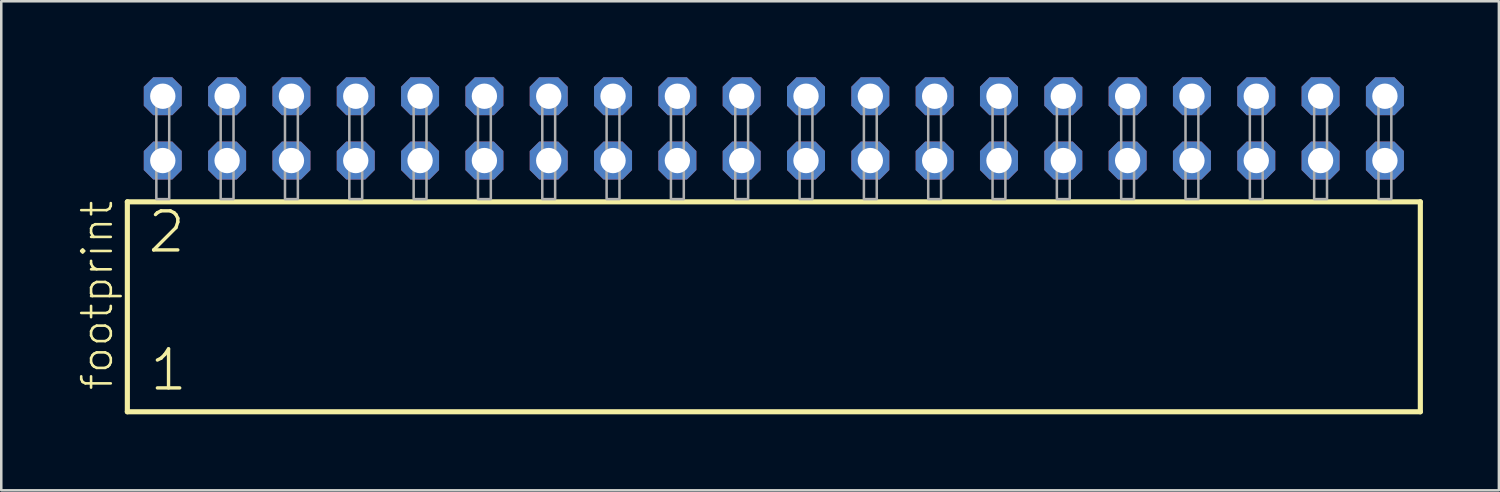
<source format=kicad_pcb>
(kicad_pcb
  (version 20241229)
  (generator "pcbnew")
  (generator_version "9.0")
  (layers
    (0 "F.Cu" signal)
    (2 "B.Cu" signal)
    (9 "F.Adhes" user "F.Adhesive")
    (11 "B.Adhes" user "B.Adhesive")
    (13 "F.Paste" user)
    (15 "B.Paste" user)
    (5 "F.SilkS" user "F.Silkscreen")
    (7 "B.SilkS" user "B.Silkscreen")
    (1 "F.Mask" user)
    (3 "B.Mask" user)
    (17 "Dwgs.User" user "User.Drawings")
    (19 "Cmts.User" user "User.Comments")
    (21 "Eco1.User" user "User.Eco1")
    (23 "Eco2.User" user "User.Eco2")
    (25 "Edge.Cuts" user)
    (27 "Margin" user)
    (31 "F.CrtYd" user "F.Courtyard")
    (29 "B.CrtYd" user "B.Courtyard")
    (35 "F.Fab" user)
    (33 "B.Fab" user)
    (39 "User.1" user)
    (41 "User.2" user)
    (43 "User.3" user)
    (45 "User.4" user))
  (footprint "footprint"
    (layer "F.Cu")
    (at 27.508 4.814)
    (property "Reference" "footprint" (at -26.035 7.62 90) (layer "F.SilkS") (effects (font (size 1.168 1.168) (thickness 0.102)) (justify left bottom)))
    (fp_line (start -25.529 0.106) (end -25.529 8.396) (stroke (width 0.203) (type solid)) (layer "F.SilkS"))
    (fp_line (start -25.529 8.396) (end 25.529 8.396) (stroke (width 0.203) (type solid)) (layer "F.SilkS"))
    (fp_line (start 25.529 0.106) (end -25.529 0.106) (stroke (width 0.203) (type solid)) (layer "F.SilkS"))
    (fp_line (start 25.529 8.396) (end 25.529 0.106) (stroke (width 0.203) (type solid)) (layer "F.SilkS"))
    (fp_poly (pts (xy -24.384 0) (xy -23.876 0) (xy -23.876 -4.318) (xy -24.384 -4.318)) (stroke (width 0.1) (type solid)) (fill no) (layer "F.Fab"))
    (fp_poly (pts (xy -21.844 0) (xy -21.336 0) (xy -21.336 -4.318) (xy -21.844 -4.318)) (stroke (width 0.1) (type solid)) (fill no) (layer "F.Fab"))
    (fp_poly (pts (xy -19.304 0) (xy -18.796 0) (xy -18.796 -4.318) (xy -19.304 -4.318)) (stroke (width 0.1) (type solid)) (fill no) (layer "F.Fab"))
    (fp_poly (pts (xy -16.764 0) (xy -16.256 0) (xy -16.256 -4.318) (xy -16.764 -4.318)) (stroke (width 0.1) (type solid)) (fill no) (layer "F.Fab"))
    (fp_poly (pts (xy -14.224 0) (xy -13.716 0) (xy -13.716 -4.318) (xy -14.224 -4.318)) (stroke (width 0.1) (type solid)) (fill no) (layer "F.Fab"))
    (fp_poly (pts (xy -11.684 0) (xy -11.176 0) (xy -11.176 -4.318) (xy -11.684 -4.318)) (stroke (width 0.1) (type solid)) (fill no) (layer "F.Fab"))
    (fp_poly (pts (xy -9.144 0) (xy -8.636 0) (xy -8.636 -4.318) (xy -9.144 -4.318)) (stroke (width 0.1) (type solid)) (fill no) (layer "F.Fab"))
    (fp_poly (pts (xy -6.604 0) (xy -6.096 0) (xy -6.096 -4.318) (xy -6.604 -4.318)) (stroke (width 0.1) (type solid)) (fill no) (layer "F.Fab"))
    (fp_poly (pts (xy -4.064 0) (xy -3.556 0) (xy -3.556 -4.318) (xy -4.064 -4.318)) (stroke (width 0.1) (type solid)) (fill no) (layer "F.Fab"))
    (fp_poly (pts (xy -1.524 0) (xy -1.016 0) (xy -1.016 -4.318) (xy -1.524 -4.318)) (stroke (width 0.1) (type solid)) (fill no) (layer "F.Fab"))
    (fp_poly (pts (xy 1.016 0) (xy 1.524 0) (xy 1.524 -4.318) (xy 1.016 -4.318)) (stroke (width 0.1) (type solid)) (fill no) (layer "F.Fab"))
    (fp_poly (pts (xy 3.556 0) (xy 4.064 0) (xy 4.064 -4.318) (xy 3.556 -4.318)) (stroke (width 0.1) (type solid)) (fill no) (layer "F.Fab"))
    (fp_poly (pts (xy 6.096 0) (xy 6.604 0) (xy 6.604 -4.318) (xy 6.096 -4.318)) (stroke (width 0.1) (type solid)) (fill no) (layer "F.Fab"))
    (fp_poly (pts (xy 8.636 0) (xy 9.144 0) (xy 9.144 -4.318) (xy 8.636 -4.318)) (stroke (width 0.1) (type solid)) (fill no) (layer "F.Fab"))
    (fp_poly (pts (xy 11.176 0) (xy 11.684 0) (xy 11.684 -4.318) (xy 11.176 -4.318)) (stroke (width 0.1) (type solid)) (fill no) (layer "F.Fab"))
    (fp_poly (pts (xy 13.716 0) (xy 14.224 0) (xy 14.224 -4.318) (xy 13.716 -4.318)) (stroke (width 0.1) (type solid)) (fill no) (layer "F.Fab"))
    (fp_poly (pts (xy 16.256 0) (xy 16.764 0) (xy 16.764 -4.318) (xy 16.256 -4.318)) (stroke (width 0.1) (type solid)) (fill no) (layer "F.Fab"))
    (fp_poly (pts (xy 18.796 0) (xy 19.304 0) (xy 19.304 -4.318) (xy 18.796 -4.318)) (stroke (width 0.1) (type solid)) (fill no) (layer "F.Fab"))
    (fp_poly (pts (xy 21.336 0) (xy 21.844 0) (xy 21.844 -4.318) (xy 21.336 -4.318)) (stroke (width 0.1) (type solid)) (fill no) (layer "F.Fab"))
    (fp_poly (pts (xy 23.876 0) (xy 24.384 0) (xy 24.384 -4.318) (xy 23.876 -4.318)) (stroke (width 0.1) (type solid)) (fill no) (layer "F.Fab"))
    (fp_text user "2" (at -24.8 2.2 0) (layer "F.SilkS") (effects (font (size 1.542 1.542) (thickness 0.134)) (justify left bottom)))
    (fp_text user "1" (at -24.725 7.65 0) (layer "F.SilkS") (effects (font (size 1.542 1.542) (thickness 0.134)) (justify left bottom)))
    (pad "1" thru_hole roundrect (at -24.13 -1.524) (size 1.5 1.5) (drill 1) (layers "*.Cu" "*.Mask") (roundrect_rratio 0.25) (chamfer_ratio 0.25) (chamfer top_left top_right bottom_left bottom_right))
    (pad "2" thru_hole roundrect (at -24.13 -4.064) (size 1.5 1.5) (drill 1) (layers "*.Cu" "*.Mask") (roundrect_rratio 0.25) (chamfer_ratio 0.25) (chamfer top_left top_right bottom_left bottom_right))
    (pad "3" thru_hole roundrect (at -21.59 -1.524) (size 1.5 1.5) (drill 1) (layers "*.Cu" "*.Mask") (roundrect_rratio 0.25) (chamfer_ratio 0.25) (chamfer top_left top_right bottom_left bottom_right))
    (pad "4" thru_hole roundrect (at -21.59 -4.064) (size 1.5 1.5) (drill 1) (layers "*.Cu" "*.Mask") (roundrect_rratio 0.25) (chamfer_ratio 0.25) (chamfer top_left top_right bottom_left bottom_right))
    (pad "5" thru_hole roundrect (at -19.05 -1.524) (size 1.5 1.5) (drill 1) (layers "*.Cu" "*.Mask") (roundrect_rratio 0.25) (chamfer_ratio 0.25) (chamfer top_left top_right bottom_left bottom_right))
    (pad "6" thru_hole roundrect (at -19.05 -4.064) (size 1.5 1.5) (drill 1) (layers "*.Cu" "*.Mask") (roundrect_rratio 0.25) (chamfer_ratio 0.25) (chamfer top_left top_right bottom_left bottom_right))
    (pad "7" thru_hole roundrect (at -16.51 -1.524) (size 1.5 1.5) (drill 1) (layers "*.Cu" "*.Mask") (roundrect_rratio 0.25) (chamfer_ratio 0.25) (chamfer top_left top_right bottom_left bottom_right))
    (pad "8" thru_hole roundrect (at -16.51 -4.064) (size 1.5 1.5) (drill 1) (layers "*.Cu" "*.Mask") (roundrect_rratio 0.25) (chamfer_ratio 0.25) (chamfer top_left top_right bottom_left bottom_right))
    (pad "9" thru_hole roundrect (at -13.97 -1.524) (size 1.5 1.5) (drill 1) (layers "*.Cu" "*.Mask") (roundrect_rratio 0.25) (chamfer_ratio 0.25) (chamfer top_left top_right bottom_left bottom_right))
    (pad "10" thru_hole roundrect (at -13.97 -4.064) (size 1.5 1.5) (drill 1) (layers "*.Cu" "*.Mask") (roundrect_rratio 0.25) (chamfer_ratio 0.25) (chamfer top_left top_right bottom_left bottom_right))
    (pad "11" thru_hole roundrect (at -11.43 -1.524) (size 1.5 1.5) (drill 1) (layers "*.Cu" "*.Mask") (roundrect_rratio 0.25) (chamfer_ratio 0.25) (chamfer top_left top_right bottom_left bottom_right))
    (pad "12" thru_hole roundrect (at -11.43 -4.064) (size 1.5 1.5) (drill 1) (layers "*.Cu" "*.Mask") (roundrect_rratio 0.25) (chamfer_ratio 0.25) (chamfer top_left top_right bottom_left bottom_right))
    (pad "13" thru_hole roundrect (at -8.89 -1.524) (size 1.5 1.5) (drill 1) (layers "*.Cu" "*.Mask") (roundrect_rratio 0.25) (chamfer_ratio 0.25) (chamfer top_left top_right bottom_left bottom_right))
    (pad "14" thru_hole roundrect (at -8.89 -4.064) (size 1.5 1.5) (drill 1) (layers "*.Cu" "*.Mask") (roundrect_rratio 0.25) (chamfer_ratio 0.25) (chamfer top_left top_right bottom_left bottom_right))
    (pad "15" thru_hole roundrect (at -6.35 -1.524) (size 1.5 1.5) (drill 1) (layers "*.Cu" "*.Mask") (roundrect_rratio 0.25) (chamfer_ratio 0.25) (chamfer top_left top_right bottom_left bottom_right))
    (pad "16" thru_hole roundrect (at -6.35 -4.064) (size 1.5 1.5) (drill 1) (layers "*.Cu" "*.Mask") (roundrect_rratio 0.25) (chamfer_ratio 0.25) (chamfer top_left top_right bottom_left bottom_right))
    (pad "17" thru_hole roundrect (at -3.81 -1.524) (size 1.5 1.5) (drill 1) (layers "*.Cu" "*.Mask") (roundrect_rratio 0.25) (chamfer_ratio 0.25) (chamfer top_left top_right bottom_left bottom_right))
    (pad "18" thru_hole roundrect (at -3.81 -4.064) (size 1.5 1.5) (drill 1) (layers "*.Cu" "*.Mask") (roundrect_rratio 0.25) (chamfer_ratio 0.25) (chamfer top_left top_right bottom_left bottom_right))
    (pad "19" thru_hole roundrect (at -1.27 -1.524) (size 1.5 1.5) (drill 1) (layers "*.Cu" "*.Mask") (roundrect_rratio 0.25) (chamfer_ratio 0.25) (chamfer top_left top_right bottom_left bottom_right))
    (pad "20" thru_hole roundrect (at -1.27 -4.064) (size 1.5 1.5) (drill 1) (layers "*.Cu" "*.Mask") (roundrect_rratio 0.25) (chamfer_ratio 0.25) (chamfer top_left top_right bottom_left bottom_right))
    (pad "21" thru_hole roundrect (at 1.27 -1.524) (size 1.5 1.5) (drill 1) (layers "*.Cu" "*.Mask") (roundrect_rratio 0.25) (chamfer_ratio 0.25) (chamfer top_left top_right bottom_left bottom_right))
    (pad "22" thru_hole roundrect (at 1.27 -4.064) (size 1.5 1.5) (drill 1) (layers "*.Cu" "*.Mask") (roundrect_rratio 0.25) (chamfer_ratio 0.25) (chamfer top_left top_right bottom_left bottom_right))
    (pad "23" thru_hole roundrect (at 3.81 -1.524) (size 1.5 1.5) (drill 1) (layers "*.Cu" "*.Mask") (roundrect_rratio 0.25) (chamfer_ratio 0.25) (chamfer top_left top_right bottom_left bottom_right))
    (pad "24" thru_hole roundrect (at 3.81 -4.064) (size 1.5 1.5) (drill 1) (layers "*.Cu" "*.Mask") (roundrect_rratio 0.25) (chamfer_ratio 0.25) (chamfer top_left top_right bottom_left bottom_right))
    (pad "25" thru_hole roundrect (at 6.35 -1.524) (size 1.5 1.5) (drill 1) (layers "*.Cu" "*.Mask") (roundrect_rratio 0.25) (chamfer_ratio 0.25) (chamfer top_left top_right bottom_left bottom_right))
    (pad "26" thru_hole roundrect (at 6.35 -4.064) (size 1.5 1.5) (drill 1) (layers "*.Cu" "*.Mask") (roundrect_rratio 0.25) (chamfer_ratio 0.25) (chamfer top_left top_right bottom_left bottom_right))
    (pad "27" thru_hole roundrect (at 8.89 -1.524) (size 1.5 1.5) (drill 1) (layers "*.Cu" "*.Mask") (roundrect_rratio 0.25) (chamfer_ratio 0.25) (chamfer top_left top_right bottom_left bottom_right))
    (pad "28" thru_hole roundrect (at 8.89 -4.064) (size 1.5 1.5) (drill 1) (layers "*.Cu" "*.Mask") (roundrect_rratio 0.25) (chamfer_ratio 0.25) (chamfer top_left top_right bottom_left bottom_right))
    (pad "29" thru_hole roundrect (at 11.43 -1.524) (size 1.5 1.5) (drill 1) (layers "*.Cu" "*.Mask") (roundrect_rratio 0.25) (chamfer_ratio 0.25) (chamfer top_left top_right bottom_left bottom_right))
    (pad "30" thru_hole roundrect (at 11.43 -4.064) (size 1.5 1.5) (drill 1) (layers "*.Cu" "*.Mask") (roundrect_rratio 0.25) (chamfer_ratio 0.25) (chamfer top_left top_right bottom_left bottom_right))
    (pad "31" thru_hole roundrect (at 13.97 -1.524) (size 1.5 1.5) (drill 1) (layers "*.Cu" "*.Mask") (roundrect_rratio 0.25) (chamfer_ratio 0.25) (chamfer top_left top_right bottom_left bottom_right))
    (pad "32" thru_hole roundrect (at 13.97 -4.064) (size 1.5 1.5) (drill 1) (layers "*.Cu" "*.Mask") (roundrect_rratio 0.25) (chamfer_ratio 0.25) (chamfer top_left top_right bottom_left bottom_right))
    (pad "33" thru_hole roundrect (at 16.51 -1.524) (size 1.5 1.5) (drill 1) (layers "*.Cu" "*.Mask") (roundrect_rratio 0.25) (chamfer_ratio 0.25) (chamfer top_left top_right bottom_left bottom_right))
    (pad "34" thru_hole roundrect (at 16.51 -4.064) (size 1.5 1.5) (drill 1) (layers "*.Cu" "*.Mask") (roundrect_rratio 0.25) (chamfer_ratio 0.25) (chamfer top_left top_right bottom_left bottom_right))
    (pad "35" thru_hole roundrect (at 19.05 -1.524) (size 1.5 1.5) (drill 1) (layers "*.Cu" "*.Mask") (roundrect_rratio 0.25) (chamfer_ratio 0.25) (chamfer top_left top_right bottom_left bottom_right))
    (pad "36" thru_hole roundrect (at 19.05 -4.064) (size 1.5 1.5) (drill 1) (layers "*.Cu" "*.Mask") (roundrect_rratio 0.25) (chamfer_ratio 0.25) (chamfer top_left top_right bottom_left bottom_right))
    (pad "37" thru_hole roundrect (at 21.59 -1.524) (size 1.5 1.5) (drill 1) (layers "*.Cu" "*.Mask") (roundrect_rratio 0.25) (chamfer_ratio 0.25) (chamfer top_left top_right bottom_left bottom_right))
    (pad "38" thru_hole roundrect (at 21.59 -4.064) (size 1.5 1.5) (drill 1) (layers "*.Cu" "*.Mask") (roundrect_rratio 0.25) (chamfer_ratio 0.25) (chamfer top_left top_right bottom_left bottom_right))
    (pad "39" thru_hole roundrect (at 24.13 -1.524) (size 1.5 1.5) (drill 1) (layers "*.Cu" "*.Mask") (roundrect_rratio 0.25) (chamfer_ratio 0.25) (chamfer top_left top_right bottom_left bottom_right))
    (pad "40" thru_hole roundrect (at 24.13 -4.064) (size 1.5 1.5) (drill 1) (layers "*.Cu" "*.Mask") (roundrect_rratio 0.25) (chamfer_ratio 0.25) (chamfer top_left top_right bottom_left bottom_right)))
  (gr_rect
    (start -3 -3)
    (end 56.139 16.312)
    (stroke (width 0.1) (type default))
    (fill no)
    (layer "Edge.Cuts")))
</source>
